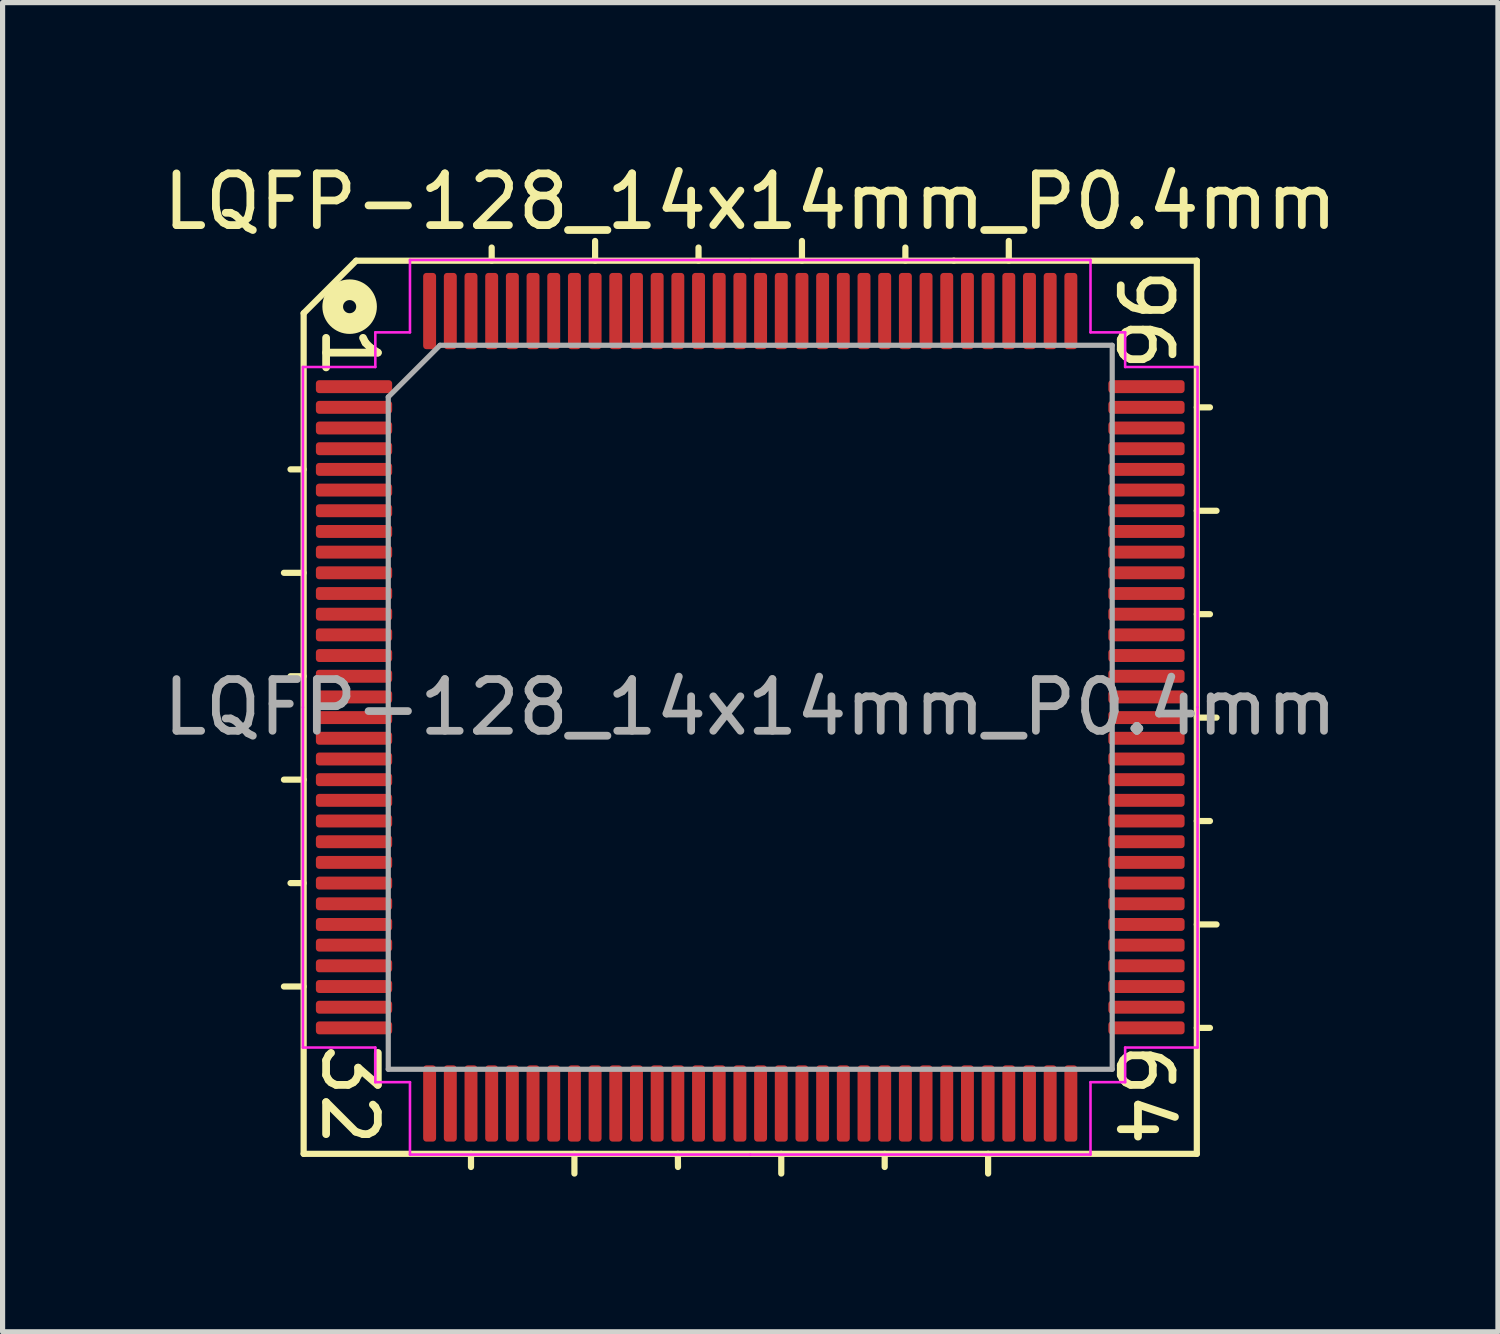
<source format=kicad_pcb>
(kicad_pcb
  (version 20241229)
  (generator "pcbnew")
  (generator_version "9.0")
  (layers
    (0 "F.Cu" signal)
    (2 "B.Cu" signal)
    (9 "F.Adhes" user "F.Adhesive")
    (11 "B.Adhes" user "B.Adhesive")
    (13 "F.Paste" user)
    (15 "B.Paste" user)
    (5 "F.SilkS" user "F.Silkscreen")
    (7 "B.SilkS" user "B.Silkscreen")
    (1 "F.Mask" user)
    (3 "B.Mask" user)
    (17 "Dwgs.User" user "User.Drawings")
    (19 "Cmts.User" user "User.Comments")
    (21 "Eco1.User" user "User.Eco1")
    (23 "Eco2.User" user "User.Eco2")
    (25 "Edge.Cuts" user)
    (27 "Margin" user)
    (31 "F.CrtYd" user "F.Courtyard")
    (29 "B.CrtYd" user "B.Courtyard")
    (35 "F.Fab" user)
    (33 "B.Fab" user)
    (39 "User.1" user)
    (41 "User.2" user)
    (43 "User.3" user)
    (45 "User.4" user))
  (footprint "LQFP-128_14x14mm_P0.4mm"
    (layer "F.Cu")
    (at 11.458 10.627)
    (property "Reference" "LQFP-128_14x14mm_P0.4mm" (at 0 -9.779 0) (layer "F.SilkS") (effects (font (size 1 1) (thickness 0.15))))
    (attr smd)
    (fp_line (start -8.636 -7.62) (end -8.636 8.636) (stroke (width 0.12) (type solid)) (layer "F.SilkS"))
    (fp_line (start -8.636 -4.6) (end -8.89 -4.6) (stroke (width 0.12) (type solid)) (layer "F.SilkS"))
    (fp_line (start -8.636 -2.6) (end -9.017 -2.6) (stroke (width 0.12) (type solid)) (layer "F.SilkS"))
    (fp_line (start -8.636 -0.6) (end -8.89 -0.6) (stroke (width 0.12) (type solid)) (layer "F.SilkS"))
    (fp_line (start -8.636 1.4) (end -9.017 1.4) (stroke (width 0.12) (type solid)) (layer "F.SilkS"))
    (fp_line (start -8.636 3.4) (end -8.89 3.4) (stroke (width 0.12) (type solid)) (layer "F.SilkS"))
    (fp_line (start -8.636 5.4) (end -9.017 5.4) (stroke (width 0.12) (type solid)) (layer "F.SilkS"))
    (fp_line (start -8.636 8.636) (end 8.636 8.636) (stroke (width 0.12) (type solid)) (layer "F.SilkS"))
    (fp_line (start -7.62 -8.636) (end -8.636 -7.62) (stroke (width 0.12) (type solid)) (layer "F.SilkS"))
    (fp_line (start -7.62 -8.636) (end 3.937 -8.636) (stroke (width 0.12) (type solid)) (layer "F.SilkS"))
    (fp_line (start -5.4 8.636) (end -5.4 8.89) (stroke (width 0.12) (type solid)) (layer "F.SilkS"))
    (fp_line (start -5 -8.636) (end -5 -8.89) (stroke (width 0.12) (type solid)) (layer "F.SilkS"))
    (fp_line (start -3.4 8.636) (end -3.4 9.017) (stroke (width 0.12) (type solid)) (layer "F.SilkS"))
    (fp_line (start -3 -8.636) (end -3 -9.017) (stroke (width 0.12) (type solid)) (layer "F.SilkS"))
    (fp_line (start -1.4 8.636) (end -1.397 8.89) (stroke (width 0.12) (type solid)) (layer "F.SilkS"))
    (fp_line (start -1 -8.636) (end -1 -8.89) (stroke (width 0.12) (type solid)) (layer "F.SilkS"))
    (fp_line (start 0.6 8.636) (end 0.6 9.017) (stroke (width 0.12) (type solid)) (layer "F.SilkS"))
    (fp_line (start 1 -8.636) (end 1 -9.017) (stroke (width 0.12) (type solid)) (layer "F.SilkS"))
    (fp_line (start 2.6 8.636) (end 2.6 8.89) (stroke (width 0.12) (type solid)) (layer "F.SilkS"))
    (fp_line (start 3 -8.636) (end 3 -8.89) (stroke (width 0.12) (type solid)) (layer "F.SilkS"))
    (fp_line (start 4.6 8.636) (end 4.6 9.017) (stroke (width 0.12) (type solid)) (layer "F.SilkS"))
    (fp_line (start 5 -8.636) (end 5 -9.017) (stroke (width 0.12) (type solid)) (layer "F.SilkS"))
    (fp_line (start 8.636 -8.636) (end 3.937 -8.636) (stroke (width 0.12) (type solid)) (layer "F.SilkS"))
    (fp_line (start 8.636 -5.8) (end 8.89 -5.8) (stroke (width 0.12) (type solid)) (layer "F.SilkS"))
    (fp_line (start 8.636 -3.8) (end 9.017 -3.8) (stroke (width 0.12) (type solid)) (layer "F.SilkS"))
    (fp_line (start 8.636 -1.8) (end 8.89 -1.8) (stroke (width 0.12) (type solid)) (layer "F.SilkS"))
    (fp_line (start 8.636 0.2) (end 9.017 0.2) (stroke (width 0.12) (type solid)) (layer "F.SilkS"))
    (fp_line (start 8.636 2.2) (end 8.89 2.2) (stroke (width 0.12) (type solid)) (layer "F.SilkS"))
    (fp_line (start 8.636 4.2) (end 9.017 4.2) (stroke (width 0.12) (type solid)) (layer "F.SilkS"))
    (fp_line (start 8.636 6.2) (end 8.89 6.2) (stroke (width 0.12) (type solid)) (layer "F.SilkS"))
    (fp_line (start 8.636 8.636) (end 8.636 -8.636) (stroke (width 0.12) (type solid)) (layer "F.SilkS"))
    (fp_circle (center -7.747 -7.747) (end -7.62 -7.747) (stroke (width 0.4) (type solid)) (fill no) (layer "F.SilkS"))
    (fp_line (start -8.65 -6.58) (end -8.65 0) (stroke (width 0.05) (type solid)) (layer "F.CrtYd"))
    (fp_line (start -8.65 6.58) (end -8.65 0) (stroke (width 0.05) (type solid)) (layer "F.CrtYd"))
    (fp_line (start -7.25 -7.25) (end -7.25 -6.58) (stroke (width 0.05) (type solid)) (layer "F.CrtYd"))
    (fp_line (start -7.25 -6.58) (end -8.65 -6.58) (stroke (width 0.05) (type solid)) (layer "F.CrtYd"))
    (fp_line (start -7.25 6.58) (end -8.65 6.58) (stroke (width 0.05) (type solid)) (layer "F.CrtYd"))
    (fp_line (start -7.25 7.25) (end -7.25 6.58) (stroke (width 0.05) (type solid)) (layer "F.CrtYd"))
    (fp_line (start -6.58 -8.65) (end -6.58 -7.25) (stroke (width 0.05) (type solid)) (layer "F.CrtYd"))
    (fp_line (start -6.58 -7.25) (end -7.25 -7.25) (stroke (width 0.05) (type solid)) (layer "F.CrtYd"))
    (fp_line (start -6.58 7.25) (end -7.25 7.25) (stroke (width 0.05) (type solid)) (layer "F.CrtYd"))
    (fp_line (start -6.58 8.65) (end -6.58 7.25) (stroke (width 0.05) (type solid)) (layer "F.CrtYd"))
    (fp_line (start 0 -8.65) (end -6.58 -8.65) (stroke (width 0.05) (type solid)) (layer "F.CrtYd"))
    (fp_line (start 0 -8.65) (end 6.58 -8.65) (stroke (width 0.05) (type solid)) (layer "F.CrtYd"))
    (fp_line (start 0 8.65) (end -6.58 8.65) (stroke (width 0.05) (type solid)) (layer "F.CrtYd"))
    (fp_line (start 0 8.65) (end 6.58 8.65) (stroke (width 0.05) (type solid)) (layer "F.CrtYd"))
    (fp_line (start 6.58 -8.65) (end 6.58 -7.25) (stroke (width 0.05) (type solid)) (layer "F.CrtYd"))
    (fp_line (start 6.58 -7.25) (end 7.25 -7.25) (stroke (width 0.05) (type solid)) (layer "F.CrtYd"))
    (fp_line (start 6.58 7.25) (end 7.25 7.25) (stroke (width 0.05) (type solid)) (layer "F.CrtYd"))
    (fp_line (start 6.58 8.65) (end 6.58 7.25) (stroke (width 0.05) (type solid)) (layer "F.CrtYd"))
    (fp_line (start 7.25 -7.25) (end 7.25 -6.58) (stroke (width 0.05) (type solid)) (layer "F.CrtYd"))
    (fp_line (start 7.25 -6.58) (end 8.65 -6.58) (stroke (width 0.05) (type solid)) (layer "F.CrtYd"))
    (fp_line (start 7.25 6.58) (end 8.65 6.58) (stroke (width 0.05) (type solid)) (layer "F.CrtYd"))
    (fp_line (start 7.25 7.25) (end 7.25 6.58) (stroke (width 0.05) (type solid)) (layer "F.CrtYd"))
    (fp_line (start 8.65 -6.58) (end 8.65 0) (stroke (width 0.05) (type solid)) (layer "F.CrtYd"))
    (fp_line (start 8.65 6.58) (end 8.65 0) (stroke (width 0.05) (type solid)) (layer "F.CrtYd"))
    (fp_line (start -7 -6) (end -6 -7) (stroke (width 0.1) (type solid)) (layer "F.Fab"))
    (fp_line (start -7 7) (end -7 -6) (stroke (width 0.1) (type solid)) (layer "F.Fab"))
    (fp_line (start -6 -7) (end 7 -7) (stroke (width 0.1) (type solid)) (layer "F.Fab"))
    (fp_line (start 7 -7) (end 7 7) (stroke (width 0.1) (type solid)) (layer "F.Fab"))
    (fp_line (start 7 7) (end -7 7) (stroke (width 0.1) (type solid)) (layer "F.Fab"))
    (fp_text user "32" (at -7.747 7.493 270) (unlocked yes) (layer "F.SilkS") (effects (font (size 1 1) (thickness 0.15))))
    (fp_text user "1" (at -7.747 -6.858 270) (unlocked yes) (layer "F.SilkS") (effects (font (size 1 1) (thickness 0.15))))
    (fp_text user "64" (at 7.62 7.493 270) (unlocked yes) (layer "F.SilkS") (effects (font (size 1 1) (thickness 0.15))))
    (fp_text user "96" (at 7.62 -7.493 270) (unlocked yes) (layer "F.SilkS") (effects (font (size 1 1) (thickness 0.15))))
    (fp_text user "${REFERENCE}" (at 0 0 0) (layer "F.Fab") (effects (font (size 1 1) (thickness 0.15))))
    (pad "1" smd roundrect (at -7.662 -6.2) (size 1.475 0.25) (layers "F.Cu" "F.Mask" "F.Paste") (roundrect_rratio 0.25))
    (pad "2" smd roundrect (at -7.662 -5.8) (size 1.475 0.25) (layers "F.Cu" "F.Mask" "F.Paste") (roundrect_rratio 0.25))
    (pad "3" smd roundrect (at -7.662 -5.4) (size 1.475 0.25) (layers "F.Cu" "F.Mask" "F.Paste") (roundrect_rratio 0.25))
    (pad "4" smd roundrect (at -7.662 -5) (size 1.475 0.25) (layers "F.Cu" "F.Mask" "F.Paste") (roundrect_rratio 0.25))
    (pad "5" smd roundrect (at -7.662 -4.6) (size 1.475 0.25) (layers "F.Cu" "F.Mask" "F.Paste") (roundrect_rratio 0.25))
    (pad "6" smd roundrect (at -7.662 -4.2) (size 1.475 0.25) (layers "F.Cu" "F.Mask" "F.Paste") (roundrect_rratio 0.25))
    (pad "7" smd roundrect (at -7.662 -3.8) (size 1.475 0.25) (layers "F.Cu" "F.Mask" "F.Paste") (roundrect_rratio 0.25))
    (pad "8" smd roundrect (at -7.662 -3.4) (size 1.475 0.25) (layers "F.Cu" "F.Mask" "F.Paste") (roundrect_rratio 0.25))
    (pad "9" smd roundrect (at -7.662 -3) (size 1.475 0.25) (layers "F.Cu" "F.Mask" "F.Paste") (roundrect_rratio 0.25))
    (pad "10" smd roundrect (at -7.662 -2.6) (size 1.475 0.25) (layers "F.Cu" "F.Mask" "F.Paste") (roundrect_rratio 0.25))
    (pad "11" smd roundrect (at -7.662 -2.2) (size 1.475 0.25) (layers "F.Cu" "F.Mask" "F.Paste") (roundrect_rratio 0.25))
    (pad "12" smd roundrect (at -7.662 -1.8) (size 1.475 0.25) (layers "F.Cu" "F.Mask" "F.Paste") (roundrect_rratio 0.25))
    (pad "13" smd roundrect (at -7.662 -1.4) (size 1.475 0.25) (layers "F.Cu" "F.Mask" "F.Paste") (roundrect_rratio 0.25))
    (pad "14" smd roundrect (at -7.662 -1) (size 1.475 0.25) (layers "F.Cu" "F.Mask" "F.Paste") (roundrect_rratio 0.25))
    (pad "15" smd roundrect (at -7.662 -0.6) (size 1.475 0.25) (layers "F.Cu" "F.Mask" "F.Paste") (roundrect_rratio 0.25))
    (pad "16" smd roundrect (at -7.662 -0.2) (size 1.475 0.25) (layers "F.Cu" "F.Mask" "F.Paste") (roundrect_rratio 0.25))
    (pad "17" smd roundrect (at -7.662 0.2) (size 1.475 0.25) (layers "F.Cu" "F.Mask" "F.Paste") (roundrect_rratio 0.25))
    (pad "18" smd roundrect (at -7.662 0.6) (size 1.475 0.25) (layers "F.Cu" "F.Mask" "F.Paste") (roundrect_rratio 0.25))
    (pad "19" smd roundrect (at -7.662 1) (size 1.475 0.25) (layers "F.Cu" "F.Mask" "F.Paste") (roundrect_rratio 0.25))
    (pad "20" smd roundrect (at -7.662 1.4) (size 1.475 0.25) (layers "F.Cu" "F.Mask" "F.Paste") (roundrect_rratio 0.25))
    (pad "21" smd roundrect (at -7.662 1.8) (size 1.475 0.25) (layers "F.Cu" "F.Mask" "F.Paste") (roundrect_rratio 0.25))
    (pad "22" smd roundrect (at -7.662 2.2) (size 1.475 0.25) (layers "F.Cu" "F.Mask" "F.Paste") (roundrect_rratio 0.25))
    (pad "23" smd roundrect (at -7.662 2.6) (size 1.475 0.25) (layers "F.Cu" "F.Mask" "F.Paste") (roundrect_rratio 0.25))
    (pad "24" smd roundrect (at -7.662 3) (size 1.475 0.25) (layers "F.Cu" "F.Mask" "F.Paste") (roundrect_rratio 0.25))
    (pad "25" smd roundrect (at -7.662 3.4) (size 1.475 0.25) (layers "F.Cu" "F.Mask" "F.Paste") (roundrect_rratio 0.25))
    (pad "26" smd roundrect (at -7.662 3.8) (size 1.475 0.25) (layers "F.Cu" "F.Mask" "F.Paste") (roundrect_rratio 0.25))
    (pad "27" smd roundrect (at -7.662 4.2) (size 1.475 0.25) (layers "F.Cu" "F.Mask" "F.Paste") (roundrect_rratio 0.25))
    (pad "28" smd roundrect (at -7.662 4.6) (size 1.475 0.25) (layers "F.Cu" "F.Mask" "F.Paste") (roundrect_rratio 0.25))
    (pad "29" smd roundrect (at -7.662 5) (size 1.475 0.25) (layers "F.Cu" "F.Mask" "F.Paste") (roundrect_rratio 0.25))
    (pad "30" smd roundrect (at -7.662 5.4) (size 1.475 0.25) (layers "F.Cu" "F.Mask" "F.Paste") (roundrect_rratio 0.25))
    (pad "31" smd roundrect (at -7.662 5.8) (size 1.475 0.25) (layers "F.Cu" "F.Mask" "F.Paste") (roundrect_rratio 0.25))
    (pad "32" smd roundrect (at -7.662 6.2) (size 1.475 0.25) (layers "F.Cu" "F.Mask" "F.Paste") (roundrect_rratio 0.25))
    (pad "33" smd roundrect (at -6.2 7.662) (size 0.25 1.475) (layers "F.Cu" "F.Mask" "F.Paste") (roundrect_rratio 0.25))
    (pad "34" smd roundrect (at -5.8 7.662) (size 0.25 1.475) (layers "F.Cu" "F.Mask" "F.Paste") (roundrect_rratio 0.25))
    (pad "35" smd roundrect (at -5.4 7.662) (size 0.25 1.475) (layers "F.Cu" "F.Mask" "F.Paste") (roundrect_rratio 0.25))
    (pad "36" smd roundrect (at -5 7.662) (size 0.25 1.475) (layers "F.Cu" "F.Mask" "F.Paste") (roundrect_rratio 0.25))
    (pad "37" smd roundrect (at -4.6 7.662) (size 0.25 1.475) (layers "F.Cu" "F.Mask" "F.Paste") (roundrect_rratio 0.25))
    (pad "38" smd roundrect (at -4.2 7.662) (size 0.25 1.475) (layers "F.Cu" "F.Mask" "F.Paste") (roundrect_rratio 0.25))
    (pad "39" smd roundrect (at -3.8 7.662) (size 0.25 1.475) (layers "F.Cu" "F.Mask" "F.Paste") (roundrect_rratio 0.25))
    (pad "40" smd roundrect (at -3.4 7.662) (size 0.25 1.475) (layers "F.Cu" "F.Mask" "F.Paste") (roundrect_rratio 0.25))
    (pad "41" smd roundrect (at -3 7.662) (size 0.25 1.475) (layers "F.Cu" "F.Mask" "F.Paste") (roundrect_rratio 0.25))
    (pad "42" smd roundrect (at -2.6 7.662) (size 0.25 1.475) (layers "F.Cu" "F.Mask" "F.Paste") (roundrect_rratio 0.25))
    (pad "43" smd roundrect (at -2.2 7.662) (size 0.25 1.475) (layers "F.Cu" "F.Mask" "F.Paste") (roundrect_rratio 0.25))
    (pad "44" smd roundrect (at -1.8 7.662) (size 0.25 1.475) (layers "F.Cu" "F.Mask" "F.Paste") (roundrect_rratio 0.25))
    (pad "45" smd roundrect (at -1.4 7.662) (size 0.25 1.475) (layers "F.Cu" "F.Mask" "F.Paste") (roundrect_rratio 0.25))
    (pad "46" smd roundrect (at -1 7.662) (size 0.25 1.475) (layers "F.Cu" "F.Mask" "F.Paste") (roundrect_rratio 0.25))
    (pad "47" smd roundrect (at -0.6 7.662) (size 0.25 1.475) (layers "F.Cu" "F.Mask" "F.Paste") (roundrect_rratio 0.25))
    (pad "48" smd roundrect (at -0.2 7.662) (size 0.25 1.475) (layers "F.Cu" "F.Mask" "F.Paste") (roundrect_rratio 0.25))
    (pad "49" smd roundrect (at 0.2 7.662) (size 0.25 1.475) (layers "F.Cu" "F.Mask" "F.Paste") (roundrect_rratio 0.25))
    (pad "50" smd roundrect (at 0.6 7.662) (size 0.25 1.475) (layers "F.Cu" "F.Mask" "F.Paste") (roundrect_rratio 0.25))
    (pad "51" smd roundrect (at 1 7.662) (size 0.25 1.475) (layers "F.Cu" "F.Mask" "F.Paste") (roundrect_rratio 0.25))
    (pad "52" smd roundrect (at 1.4 7.662) (size 0.25 1.475) (layers "F.Cu" "F.Mask" "F.Paste") (roundrect_rratio 0.25))
    (pad "53" smd roundrect (at 1.8 7.662) (size 0.25 1.475) (layers "F.Cu" "F.Mask" "F.Paste") (roundrect_rratio 0.25))
    (pad "54" smd roundrect (at 2.2 7.662) (size 0.25 1.475) (layers "F.Cu" "F.Mask" "F.Paste") (roundrect_rratio 0.25))
    (pad "55" smd roundrect (at 2.6 7.662) (size 0.25 1.475) (layers "F.Cu" "F.Mask" "F.Paste") (roundrect_rratio 0.25))
    (pad "56" smd roundrect (at 3 7.662) (size 0.25 1.475) (layers "F.Cu" "F.Mask" "F.Paste") (roundrect_rratio 0.25))
    (pad "57" smd roundrect (at 3.4 7.662) (size 0.25 1.475) (layers "F.Cu" "F.Mask" "F.Paste") (roundrect_rratio 0.25))
    (pad "58" smd roundrect (at 3.8 7.662) (size 0.25 1.475) (layers "F.Cu" "F.Mask" "F.Paste") (roundrect_rratio 0.25))
    (pad "59" smd roundrect (at 4.2 7.662) (size 0.25 1.475) (layers "F.Cu" "F.Mask" "F.Paste") (roundrect_rratio 0.25))
    (pad "60" smd roundrect (at 4.6 7.662) (size 0.25 1.475) (layers "F.Cu" "F.Mask" "F.Paste") (roundrect_rratio 0.25))
    (pad "61" smd roundrect (at 5 7.662) (size 0.25 1.475) (layers "F.Cu" "F.Mask" "F.Paste") (roundrect_rratio 0.25))
    (pad "62" smd roundrect (at 5.4 7.662) (size 0.25 1.475) (layers "F.Cu" "F.Mask" "F.Paste") (roundrect_rratio 0.25))
    (pad "63" smd roundrect (at 5.8 7.662) (size 0.25 1.475) (layers "F.Cu" "F.Mask" "F.Paste") (roundrect_rratio 0.25))
    (pad "64" smd roundrect (at 6.2 7.662) (size 0.25 1.475) (layers "F.Cu" "F.Mask" "F.Paste") (roundrect_rratio 0.25))
    (pad "65" smd roundrect (at 7.662 6.2) (size 1.475 0.25) (layers "F.Cu" "F.Mask" "F.Paste") (roundrect_rratio 0.25))
    (pad "66" smd roundrect (at 7.662 5.8) (size 1.475 0.25) (layers "F.Cu" "F.Mask" "F.Paste") (roundrect_rratio 0.25))
    (pad "67" smd roundrect (at 7.662 5.4) (size 1.475 0.25) (layers "F.Cu" "F.Mask" "F.Paste") (roundrect_rratio 0.25))
    (pad "68" smd roundrect (at 7.662 5) (size 1.475 0.25) (layers "F.Cu" "F.Mask" "F.Paste") (roundrect_rratio 0.25))
    (pad "69" smd roundrect (at 7.662 4.6) (size 1.475 0.25) (layers "F.Cu" "F.Mask" "F.Paste") (roundrect_rratio 0.25))
    (pad "70" smd roundrect (at 7.662 4.2) (size 1.475 0.25) (layers "F.Cu" "F.Mask" "F.Paste") (roundrect_rratio 0.25))
    (pad "71" smd roundrect (at 7.662 3.8) (size 1.475 0.25) (layers "F.Cu" "F.Mask" "F.Paste") (roundrect_rratio 0.25))
    (pad "72" smd roundrect (at 7.662 3.4) (size 1.475 0.25) (layers "F.Cu" "F.Mask" "F.Paste") (roundrect_rratio 0.25))
    (pad "73" smd roundrect (at 7.662 3) (size 1.475 0.25) (layers "F.Cu" "F.Mask" "F.Paste") (roundrect_rratio 0.25))
    (pad "74" smd roundrect (at 7.662 2.6) (size 1.475 0.25) (layers "F.Cu" "F.Mask" "F.Paste") (roundrect_rratio 0.25))
    (pad "75" smd roundrect (at 7.662 2.2) (size 1.475 0.25) (layers "F.Cu" "F.Mask" "F.Paste") (roundrect_rratio 0.25))
    (pad "76" smd roundrect (at 7.662 1.8) (size 1.475 0.25) (layers "F.Cu" "F.Mask" "F.Paste") (roundrect_rratio 0.25))
    (pad "77" smd roundrect (at 7.662 1.4) (size 1.475 0.25) (layers "F.Cu" "F.Mask" "F.Paste") (roundrect_rratio 0.25))
    (pad "78" smd roundrect (at 7.662 1) (size 1.475 0.25) (layers "F.Cu" "F.Mask" "F.Paste") (roundrect_rratio 0.25))
    (pad "79" smd roundrect (at 7.662 0.6) (size 1.475 0.25) (layers "F.Cu" "F.Mask" "F.Paste") (roundrect_rratio 0.25))
    (pad "80" smd roundrect (at 7.662 0.2) (size 1.475 0.25) (layers "F.Cu" "F.Mask" "F.Paste") (roundrect_rratio 0.25))
    (pad "81" smd roundrect (at 7.662 -0.2) (size 1.475 0.25) (layers "F.Cu" "F.Mask" "F.Paste") (roundrect_rratio 0.25))
    (pad "82" smd roundrect (at 7.662 -0.6) (size 1.475 0.25) (layers "F.Cu" "F.Mask" "F.Paste") (roundrect_rratio 0.25))
    (pad "83" smd roundrect (at 7.662 -1) (size 1.475 0.25) (layers "F.Cu" "F.Mask" "F.Paste") (roundrect_rratio 0.25))
    (pad "84" smd roundrect (at 7.662 -1.4) (size 1.475 0.25) (layers "F.Cu" "F.Mask" "F.Paste") (roundrect_rratio 0.25))
    (pad "85" smd roundrect (at 7.662 -1.8) (size 1.475 0.25) (layers "F.Cu" "F.Mask" "F.Paste") (roundrect_rratio 0.25))
    (pad "86" smd roundrect (at 7.662 -2.2) (size 1.475 0.25) (layers "F.Cu" "F.Mask" "F.Paste") (roundrect_rratio 0.25))
    (pad "87" smd roundrect (at 7.662 -2.6) (size 1.475 0.25) (layers "F.Cu" "F.Mask" "F.Paste") (roundrect_rratio 0.25))
    (pad "88" smd roundrect (at 7.662 -3) (size 1.475 0.25) (layers "F.Cu" "F.Mask" "F.Paste") (roundrect_rratio 0.25))
    (pad "89" smd roundrect (at 7.662 -3.4) (size 1.475 0.25) (layers "F.Cu" "F.Mask" "F.Paste") (roundrect_rratio 0.25))
    (pad "90" smd roundrect (at 7.662 -3.8) (size 1.475 0.25) (layers "F.Cu" "F.Mask" "F.Paste") (roundrect_rratio 0.25))
    (pad "91" smd roundrect (at 7.662 -4.2) (size 1.475 0.25) (layers "F.Cu" "F.Mask" "F.Paste") (roundrect_rratio 0.25))
    (pad "92" smd roundrect (at 7.662 -4.6) (size 1.475 0.25) (layers "F.Cu" "F.Mask" "F.Paste") (roundrect_rratio 0.25))
    (pad "93" smd roundrect (at 7.662 -5) (size 1.475 0.25) (layers "F.Cu" "F.Mask" "F.Paste") (roundrect_rratio 0.25))
    (pad "94" smd roundrect (at 7.662 -5.4) (size 1.475 0.25) (layers "F.Cu" "F.Mask" "F.Paste") (roundrect_rratio 0.25))
    (pad "95" smd roundrect (at 7.662 -5.8) (size 1.475 0.25) (layers "F.Cu" "F.Mask" "F.Paste") (roundrect_rratio 0.25))
    (pad "96" smd roundrect (at 7.662 -6.2) (size 1.475 0.25) (layers "F.Cu" "F.Mask" "F.Paste") (roundrect_rratio 0.25))
    (pad "97" smd roundrect (at 6.2 -7.662) (size 0.25 1.475) (layers "F.Cu" "F.Mask" "F.Paste") (roundrect_rratio 0.25))
    (pad "98" smd roundrect (at 5.8 -7.662) (size 0.25 1.475) (layers "F.Cu" "F.Mask" "F.Paste") (roundrect_rratio 0.25))
    (pad "99" smd roundrect (at 5.4 -7.662) (size 0.25 1.475) (layers "F.Cu" "F.Mask" "F.Paste") (roundrect_rratio 0.25))
    (pad "100" smd roundrect (at 5 -7.662) (size 0.25 1.475) (layers "F.Cu" "F.Mask" "F.Paste") (roundrect_rratio 0.25))
    (pad "101" smd roundrect (at 4.6 -7.662) (size 0.25 1.475) (layers "F.Cu" "F.Mask" "F.Paste") (roundrect_rratio 0.25))
    (pad "102" smd roundrect (at 4.2 -7.662) (size 0.25 1.475) (layers "F.Cu" "F.Mask" "F.Paste") (roundrect_rratio 0.25))
    (pad "103" smd roundrect (at 3.8 -7.662) (size 0.25 1.475) (layers "F.Cu" "F.Mask" "F.Paste") (roundrect_rratio 0.25))
    (pad "104" smd roundrect (at 3.4 -7.662) (size 0.25 1.475) (layers "F.Cu" "F.Mask" "F.Paste") (roundrect_rratio 0.25))
    (pad "105" smd roundrect (at 3 -7.662) (size 0.25 1.475) (layers "F.Cu" "F.Mask" "F.Paste") (roundrect_rratio 0.25))
    (pad "106" smd roundrect (at 2.6 -7.662) (size 0.25 1.475) (layers "F.Cu" "F.Mask" "F.Paste") (roundrect_rratio 0.25))
    (pad "107" smd roundrect (at 2.2 -7.662) (size 0.25 1.475) (layers "F.Cu" "F.Mask" "F.Paste") (roundrect_rratio 0.25))
    (pad "108" smd roundrect (at 1.8 -7.662) (size 0.25 1.475) (layers "F.Cu" "F.Mask" "F.Paste") (roundrect_rratio 0.25))
    (pad "109" smd roundrect (at 1.4 -7.662) (size 0.25 1.475) (layers "F.Cu" "F.Mask" "F.Paste") (roundrect_rratio 0.25))
    (pad "110" smd roundrect (at 1 -7.662) (size 0.25 1.475) (layers "F.Cu" "F.Mask" "F.Paste") (roundrect_rratio 0.25))
    (pad "111" smd roundrect (at 0.6 -7.662) (size 0.25 1.475) (layers "F.Cu" "F.Mask" "F.Paste") (roundrect_rratio 0.25))
    (pad "112" smd roundrect (at 0.2 -7.662) (size 0.25 1.475) (layers "F.Cu" "F.Mask" "F.Paste") (roundrect_rratio 0.25))
    (pad "113" smd roundrect (at -0.2 -7.662) (size 0.25 1.475) (layers "F.Cu" "F.Mask" "F.Paste") (roundrect_rratio 0.25))
    (pad "114" smd roundrect (at -0.6 -7.662) (size 0.25 1.475) (layers "F.Cu" "F.Mask" "F.Paste") (roundrect_rratio 0.25))
    (pad "115" smd roundrect (at -1 -7.662) (size 0.25 1.475) (layers "F.Cu" "F.Mask" "F.Paste") (roundrect_rratio 0.25))
    (pad "116" smd roundrect (at -1.4 -7.662) (size 0.25 1.475) (layers "F.Cu" "F.Mask" "F.Paste") (roundrect_rratio 0.25))
    (pad "117" smd roundrect (at -1.8 -7.662) (size 0.25 1.475) (layers "F.Cu" "F.Mask" "F.Paste") (roundrect_rratio 0.25))
    (pad "118" smd roundrect (at -2.2 -7.662) (size 0.25 1.475) (layers "F.Cu" "F.Mask" "F.Paste") (roundrect_rratio 0.25))
    (pad "119" smd roundrect (at -2.6 -7.662) (size 0.25 1.475) (layers "F.Cu" "F.Mask" "F.Paste") (roundrect_rratio 0.25))
    (pad "120" smd roundrect (at -3 -7.662) (size 0.25 1.475) (layers "F.Cu" "F.Mask" "F.Paste") (roundrect_rratio 0.25))
    (pad "121" smd roundrect (at -3.4 -7.662) (size 0.25 1.475) (layers "F.Cu" "F.Mask" "F.Paste") (roundrect_rratio 0.25))
    (pad "122" smd roundrect (at -3.8 -7.662) (size 0.25 1.475) (layers "F.Cu" "F.Mask" "F.Paste") (roundrect_rratio 0.25))
    (pad "123" smd roundrect (at -4.2 -7.662) (size 0.25 1.475) (layers "F.Cu" "F.Mask" "F.Paste") (roundrect_rratio 0.25))
    (pad "124" smd roundrect (at -4.6 -7.662) (size 0.25 1.475) (layers "F.Cu" "F.Mask" "F.Paste") (roundrect_rratio 0.25))
    (pad "125" smd roundrect (at -5 -7.662) (size 0.25 1.475) (layers "F.Cu" "F.Mask" "F.Paste") (roundrect_rratio 0.25))
    (pad "126" smd roundrect (at -5.4 -7.662) (size 0.25 1.475) (layers "F.Cu" "F.Mask" "F.Paste") (roundrect_rratio 0.25))
    (pad "127" smd roundrect (at -5.8 -7.662) (size 0.25 1.475) (layers "F.Cu" "F.Mask" "F.Paste") (roundrect_rratio 0.25))
    (pad "128" smd roundrect (at -6.2 -7.662) (size 0.25 1.475) (layers "F.Cu" "F.Mask" "F.Paste") (roundrect_rratio 0.25)))
  (gr_rect
    (start -3 -3)
    (end 25.917 22.704)
    (stroke (width 0.1) (type default))
    (fill no)
    (layer "Edge.Cuts")))
</source>
